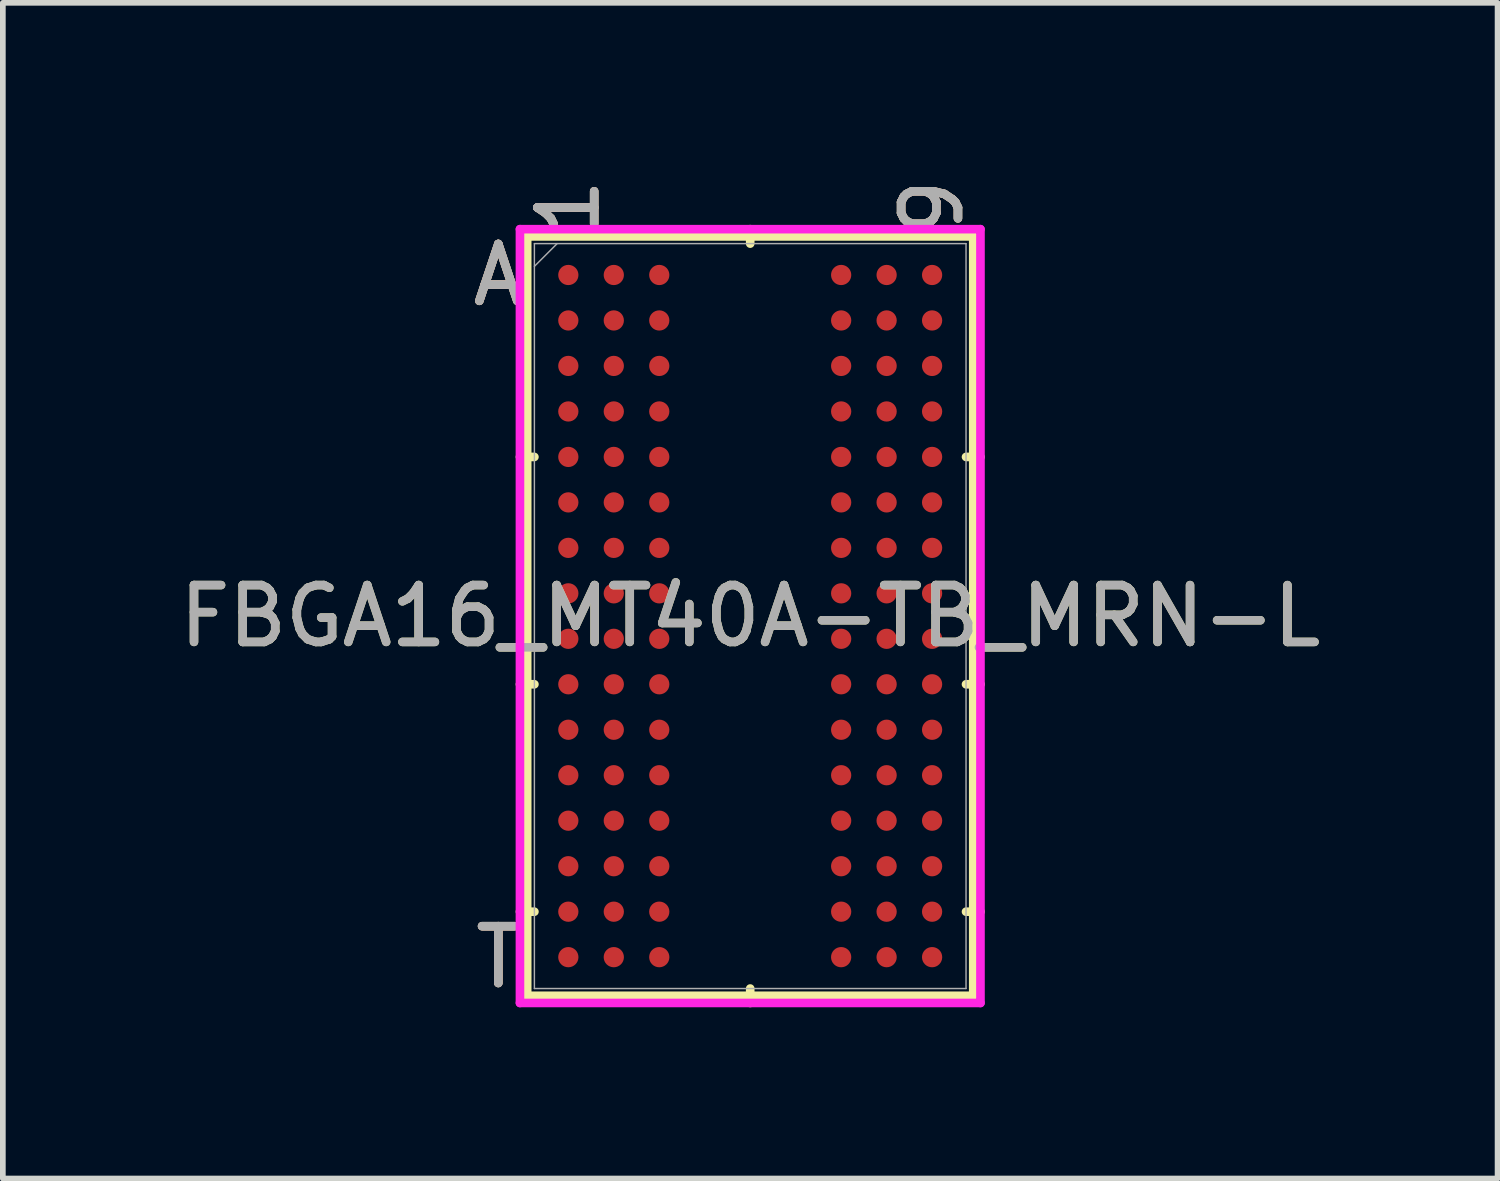
<source format=kicad_pcb>
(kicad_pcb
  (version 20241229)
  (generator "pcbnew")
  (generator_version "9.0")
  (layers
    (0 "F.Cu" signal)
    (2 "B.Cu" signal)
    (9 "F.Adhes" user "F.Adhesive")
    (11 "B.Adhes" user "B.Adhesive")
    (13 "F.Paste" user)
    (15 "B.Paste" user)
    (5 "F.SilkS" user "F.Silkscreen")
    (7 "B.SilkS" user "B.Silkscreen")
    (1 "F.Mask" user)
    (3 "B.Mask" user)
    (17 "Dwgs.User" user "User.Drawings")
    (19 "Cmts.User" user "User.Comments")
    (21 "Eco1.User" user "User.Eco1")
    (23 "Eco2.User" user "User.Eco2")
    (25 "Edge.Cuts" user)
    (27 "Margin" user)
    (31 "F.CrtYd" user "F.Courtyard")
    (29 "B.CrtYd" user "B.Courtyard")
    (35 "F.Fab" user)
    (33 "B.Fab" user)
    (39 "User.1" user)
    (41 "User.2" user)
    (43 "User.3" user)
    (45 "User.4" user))
  (footprint "FBGA16_MT40A-TB_MRN-L"
    (layer "F.Cu")
    (at 10.149 7.789)
    (property "Reference" "FBGA16_MT40A-TB_MRN-L" (at 0 0 0) (unlocked yes) (layer "F.SilkS") (effects (font (size 1 1) (thickness 0.15))))
    (attr smd)
    (fp_line (start -3.924 -6.68) (end -3.924 6.68) (stroke (width 0.152) (type solid)) (layer "F.SilkS"))
    (fp_line (start -3.924 6.68) (end 3.924 6.68) (stroke (width 0.152) (type solid)) (layer "F.SilkS"))
    (fp_line (start -3.797 -2.8) (end -4.051 -2.8) (stroke (width 0.152) (type solid)) (layer "F.SilkS"))
    (fp_line (start -3.797 1.2) (end -4.051 1.2) (stroke (width 0.152) (type solid)) (layer "F.SilkS"))
    (fp_line (start -3.797 5.201) (end -4.051 5.201) (stroke (width 0.152) (type solid)) (layer "F.SilkS"))
    (fp_line (start 0 -6.553) (end 0 -6.807) (stroke (width 0.152) (type solid)) (layer "F.SilkS"))
    (fp_line (start 0 6.553) (end 0 6.807) (stroke (width 0.152) (type solid)) (layer "F.SilkS"))
    (fp_line (start 3.797 -2.8) (end 4.051 -2.8) (stroke (width 0.152) (type solid)) (layer "F.SilkS"))
    (fp_line (start 3.797 1.2) (end 4.051 1.2) (stroke (width 0.152) (type solid)) (layer "F.SilkS"))
    (fp_line (start 3.797 5.201) (end 4.051 5.201) (stroke (width 0.152) (type solid)) (layer "F.SilkS"))
    (fp_line (start 3.924 -6.68) (end -3.924 -6.68) (stroke (width 0.152) (type solid)) (layer "F.SilkS"))
    (fp_line (start 3.924 6.68) (end 3.924 -6.68) (stroke (width 0.152) (type solid)) (layer "F.SilkS"))
    (fp_poly (pts (xy -4.045 -6.845) (xy 4.045 -6.845) (xy 4.045 6.845) (xy -4.045 6.845)) (stroke (width 0.1) (type solid)) (fill no) (layer "Eco2.User"))
    (fp_line (start -4.051 -6.807) (end 4.051 -6.807) (stroke (width 0.152) (type solid)) (layer "F.CrtYd"))
    (fp_line (start -4.051 6.807) (end -4.051 -6.807) (stroke (width 0.152) (type solid)) (layer "F.CrtYd"))
    (fp_line (start 4.051 -6.807) (end 4.051 6.807) (stroke (width 0.152) (type solid)) (layer "F.CrtYd"))
    (fp_line (start 4.051 6.807) (end -4.051 6.807) (stroke (width 0.152) (type solid)) (layer "F.CrtYd"))
    (fp_line (start -3.797 -6.553) (end -3.797 6.553) (stroke (width 0.025) (type solid)) (layer "F.Fab"))
    (fp_line (start -3.797 6.553) (end 3.797 6.553) (stroke (width 0.025) (type solid)) (layer "F.Fab"))
    (fp_line (start -3.397 -6.553) (end -3.797 -6.153) (stroke (width 0.025) (type solid)) (layer "F.Fab"))
    (fp_line (start 3.797 -6.553) (end -3.797 -6.553) (stroke (width 0.025) (type solid)) (layer "F.Fab"))
    (fp_line (start 3.797 6.553) (end 3.797 -6.553) (stroke (width 0.025) (type solid)) (layer "F.Fab"))
    (fp_text user "T" (at -4.432 6.001 0) (unlocked yes) (layer "F.SilkS") (effects (font (size 1 1) (thickness 0.15))))
    (fp_text user "A" (at -4.432 -6.001 0) (unlocked yes) (layer "F.SilkS") (effects (font (size 1 1) (thickness 0.15))))
    (fp_text user "9" (at 3.2 -7.188 90) (unlocked yes) (layer "F.SilkS") (effects (font (size 1 1) (thickness 0.15))))
    (fp_text user "1" (at -3.2 -7.188 90) (unlocked yes) (layer "F.SilkS") (effects (font (size 1 1) (thickness 0.15))))
    (fp_text user "1" (at -3.2 -7.188 90) (unlocked yes) (layer "B.SilkS") (effects (font (size 1 1) (thickness 0.15))))
    (fp_text user "T" (at -4.432 6.001 0) (unlocked yes) (layer "B.SilkS") (effects (font (size 1 1) (thickness 0.15))))
    (fp_text user "A" (at -4.432 -6.001 0) (unlocked yes) (layer "B.SilkS") (effects (font (size 1 1) (thickness 0.15))))
    (fp_text user "9" (at 3.2 -7.188 90) (unlocked yes) (layer "B.SilkS") (effects (font (size 1 1) (thickness 0.15))))
    (fp_text user "9" (at 3.2 -7.188 90) (unlocked yes) (layer "F.Fab") (effects (font (size 1 1) (thickness 0.15))))
    (fp_text user "1" (at -3.2 -7.188 90) (unlocked yes) (layer "F.Fab") (effects (font (size 1 1) (thickness 0.15))))
    (fp_text user "${REFERENCE}" (at 0 0 0) (unlocked yes) (layer "F.Fab") (effects (font (size 1 1) (thickness 0.15))))
    (fp_text user "T" (at -4.432 6.001 0) (unlocked yes) (layer "F.Fab") (effects (font (size 1 1) (thickness 0.15))))
    (fp_text user "A" (at -4.432 -6.001 0) (unlocked yes) (layer "F.Fab") (effects (font (size 1 1) (thickness 0.15))))
    (pad "A1" smd circle (at -3.2 -6.001) (size 0.356 0.356) (layers "F.Cu" "F.Mask" "F.Paste"))
    (pad "A2" smd circle (at -2.4 -6.001) (size 0.356 0.356) (layers "F.Cu" "F.Mask" "F.Paste"))
    (pad "A3" smd circle (at -1.6 -6.001) (size 0.356 0.356) (layers "F.Cu" "F.Mask" "F.Paste"))
    (pad "A7" smd circle (at 1.6 -6.001) (size 0.356 0.356) (layers "F.Cu" "F.Mask" "F.Paste"))
    (pad "A8" smd circle (at 2.4 -6.001) (size 0.356 0.356) (layers "F.Cu" "F.Mask" "F.Paste"))
    (pad "A9" smd circle (at 3.2 -6.001) (size 0.356 0.356) (layers "F.Cu" "F.Mask" "F.Paste"))
    (pad "B1" smd circle (at -3.2 -5.201) (size 0.356 0.356) (layers "F.Cu" "F.Mask" "F.Paste"))
    (pad "B2" smd circle (at -2.4 -5.201) (size 0.356 0.356) (layers "F.Cu" "F.Mask" "F.Paste"))
    (pad "B3" smd circle (at -1.6 -5.201) (size 0.356 0.356) (layers "F.Cu" "F.Mask" "F.Paste"))
    (pad "B7" smd circle (at 1.6 -5.201) (size 0.356 0.356) (layers "F.Cu" "F.Mask" "F.Paste"))
    (pad "B8" smd circle (at 2.4 -5.201) (size 0.356 0.356) (layers "F.Cu" "F.Mask" "F.Paste"))
    (pad "B9" smd circle (at 3.2 -5.201) (size 0.356 0.356) (layers "F.Cu" "F.Mask" "F.Paste"))
    (pad "C1" smd circle (at -3.2 -4.401) (size 0.356 0.356) (layers "F.Cu" "F.Mask" "F.Paste"))
    (pad "C2" smd circle (at -2.4 -4.401) (size 0.356 0.356) (layers "F.Cu" "F.Mask" "F.Paste"))
    (pad "C3" smd circle (at -1.6 -4.401) (size 0.356 0.356) (layers "F.Cu" "F.Mask" "F.Paste"))
    (pad "C7" smd circle (at 1.6 -4.401) (size 0.356 0.356) (layers "F.Cu" "F.Mask" "F.Paste"))
    (pad "C8" smd circle (at 2.4 -4.401) (size 0.356 0.356) (layers "F.Cu" "F.Mask" "F.Paste"))
    (pad "C9" smd circle (at 3.2 -4.401) (size 0.356 0.356) (layers "F.Cu" "F.Mask" "F.Paste"))
    (pad "D1" smd circle (at -3.2 -3.6) (size 0.356 0.356) (layers "F.Cu" "F.Mask" "F.Paste"))
    (pad "D2" smd circle (at -2.4 -3.6) (size 0.356 0.356) (layers "F.Cu" "F.Mask" "F.Paste"))
    (pad "D3" smd circle (at -1.6 -3.6) (size 0.356 0.356) (layers "F.Cu" "F.Mask" "F.Paste"))
    (pad "D7" smd circle (at 1.6 -3.6) (size 0.356 0.356) (layers "F.Cu" "F.Mask" "F.Paste"))
    (pad "D8" smd circle (at 2.4 -3.6) (size 0.356 0.356) (layers "F.Cu" "F.Mask" "F.Paste"))
    (pad "D9" smd circle (at 3.2 -3.6) (size 0.356 0.356) (layers "F.Cu" "F.Mask" "F.Paste"))
    (pad "E1" smd circle (at -3.2 -2.8) (size 0.356 0.356) (layers "F.Cu" "F.Mask" "F.Paste"))
    (pad "E2" smd circle (at -2.4 -2.8) (size 0.356 0.356) (layers "F.Cu" "F.Mask" "F.Paste"))
    (pad "E3" smd circle (at -1.6 -2.8) (size 0.356 0.356) (layers "F.Cu" "F.Mask" "F.Paste"))
    (pad "E7" smd circle (at 1.6 -2.8) (size 0.356 0.356) (layers "F.Cu" "F.Mask" "F.Paste"))
    (pad "E8" smd circle (at 2.4 -2.8) (size 0.356 0.356) (layers "F.Cu" "F.Mask" "F.Paste"))
    (pad "E9" smd circle (at 3.2 -2.8) (size 0.356 0.356) (layers "F.Cu" "F.Mask" "F.Paste"))
    (pad "F1" smd circle (at -3.2 -2) (size 0.356 0.356) (layers "F.Cu" "F.Mask" "F.Paste"))
    (pad "F2" smd circle (at -2.4 -2) (size 0.356 0.356) (layers "F.Cu" "F.Mask" "F.Paste"))
    (pad "F3" smd circle (at -1.6 -2) (size 0.356 0.356) (layers "F.Cu" "F.Mask" "F.Paste"))
    (pad "F7" smd circle (at 1.6 -2) (size 0.356 0.356) (layers "F.Cu" "F.Mask" "F.Paste"))
    (pad "F8" smd circle (at 2.4 -2) (size 0.356 0.356) (layers "F.Cu" "F.Mask" "F.Paste"))
    (pad "F9" smd circle (at 3.2 -2) (size 0.356 0.356) (layers "F.Cu" "F.Mask" "F.Paste"))
    (pad "G1" smd circle (at -3.2 -1.2) (size 0.356 0.356) (layers "F.Cu" "F.Mask" "F.Paste"))
    (pad "G2" smd circle (at -2.4 -1.2) (size 0.356 0.356) (layers "F.Cu" "F.Mask" "F.Paste"))
    (pad "G3" smd circle (at -1.6 -1.2) (size 0.356 0.356) (layers "F.Cu" "F.Mask" "F.Paste"))
    (pad "G7" smd circle (at 1.6 -1.2) (size 0.356 0.356) (layers "F.Cu" "F.Mask" "F.Paste"))
    (pad "G8" smd circle (at 2.4 -1.2) (size 0.356 0.356) (layers "F.Cu" "F.Mask" "F.Paste"))
    (pad "G9" smd circle (at 3.2 -1.2) (size 0.356 0.356) (layers "F.Cu" "F.Mask" "F.Paste"))
    (pad "H1" smd circle (at -3.2 -0.4) (size 0.356 0.356) (layers "F.Cu" "F.Mask" "F.Paste"))
    (pad "H2" smd circle (at -2.4 -0.4) (size 0.356 0.356) (layers "F.Cu" "F.Mask" "F.Paste"))
    (pad "H3" smd circle (at -1.6 -0.4) (size 0.356 0.356) (layers "F.Cu" "F.Mask" "F.Paste"))
    (pad "H7" smd circle (at 1.6 -0.4) (size 0.356 0.356) (layers "F.Cu" "F.Mask" "F.Paste"))
    (pad "H8" smd circle (at 2.4 -0.4) (size 0.356 0.356) (layers "F.Cu" "F.Mask" "F.Paste"))
    (pad "H9" smd circle (at 3.2 -0.4) (size 0.356 0.356) (layers "F.Cu" "F.Mask" "F.Paste"))
    (pad "J1" smd circle (at -3.2 0.4) (size 0.356 0.356) (layers "F.Cu" "F.Mask" "F.Paste"))
    (pad "J2" smd circle (at -2.4 0.4) (size 0.356 0.356) (layers "F.Cu" "F.Mask" "F.Paste"))
    (pad "J3" smd circle (at -1.6 0.4) (size 0.356 0.356) (layers "F.Cu" "F.Mask" "F.Paste"))
    (pad "J7" smd circle (at 1.6 0.4) (size 0.356 0.356) (layers "F.Cu" "F.Mask" "F.Paste"))
    (pad "J8" smd circle (at 2.4 0.4) (size 0.356 0.356) (layers "F.Cu" "F.Mask" "F.Paste"))
    (pad "J9" smd circle (at 3.2 0.4) (size 0.356 0.356) (layers "F.Cu" "F.Mask" "F.Paste"))
    (pad "K1" smd circle (at -3.2 1.2) (size 0.356 0.356) (layers "F.Cu" "F.Mask" "F.Paste"))
    (pad "K2" smd circle (at -2.4 1.2) (size 0.356 0.356) (layers "F.Cu" "F.Mask" "F.Paste"))
    (pad "K3" smd circle (at -1.6 1.2) (size 0.356 0.356) (layers "F.Cu" "F.Mask" "F.Paste"))
    (pad "K7" smd circle (at 1.6 1.2) (size 0.356 0.356) (layers "F.Cu" "F.Mask" "F.Paste"))
    (pad "K8" smd circle (at 2.4 1.2) (size 0.356 0.356) (layers "F.Cu" "F.Mask" "F.Paste"))
    (pad "K9" smd circle (at 3.2 1.2) (size 0.356 0.356) (layers "F.Cu" "F.Mask" "F.Paste"))
    (pad "L1" smd circle (at -3.2 2) (size 0.356 0.356) (layers "F.Cu" "F.Mask" "F.Paste"))
    (pad "L2" smd circle (at -2.4 2) (size 0.356 0.356) (layers "F.Cu" "F.Mask" "F.Paste"))
    (pad "L3" smd circle (at -1.6 2) (size 0.356 0.356) (layers "F.Cu" "F.Mask" "F.Paste"))
    (pad "L7" smd circle (at 1.6 2) (size 0.356 0.356) (layers "F.Cu" "F.Mask" "F.Paste"))
    (pad "L8" smd circle (at 2.4 2) (size 0.356 0.356) (layers "F.Cu" "F.Mask" "F.Paste"))
    (pad "L9" smd circle (at 3.2 2) (size 0.356 0.356) (layers "F.Cu" "F.Mask" "F.Paste"))
    (pad "M1" smd circle (at -3.2 2.8) (size 0.356 0.356) (layers "F.Cu" "F.Mask" "F.Paste"))
    (pad "M2" smd circle (at -2.4 2.8) (size 0.356 0.356) (layers "F.Cu" "F.Mask" "F.Paste"))
    (pad "M3" smd circle (at -1.6 2.8) (size 0.356 0.356) (layers "F.Cu" "F.Mask" "F.Paste"))
    (pad "M7" smd circle (at 1.6 2.8) (size 0.356 0.356) (layers "F.Cu" "F.Mask" "F.Paste"))
    (pad "M8" smd circle (at 2.4 2.8) (size 0.356 0.356) (layers "F.Cu" "F.Mask" "F.Paste"))
    (pad "M9" smd circle (at 3.2 2.8) (size 0.356 0.356) (layers "F.Cu" "F.Mask" "F.Paste"))
    (pad "N1" smd circle (at -3.2 3.6) (size 0.356 0.356) (layers "F.Cu" "F.Mask" "F.Paste"))
    (pad "N2" smd circle (at -2.4 3.6) (size 0.356 0.356) (layers "F.Cu" "F.Mask" "F.Paste"))
    (pad "N3" smd circle (at -1.6 3.6) (size 0.356 0.356) (layers "F.Cu" "F.Mask" "F.Paste"))
    (pad "N7" smd circle (at 1.6 3.6) (size 0.356 0.356) (layers "F.Cu" "F.Mask" "F.Paste"))
    (pad "N8" smd circle (at 2.4 3.6) (size 0.356 0.356) (layers "F.Cu" "F.Mask" "F.Paste"))
    (pad "N9" smd circle (at 3.2 3.6) (size 0.356 0.356) (layers "F.Cu" "F.Mask" "F.Paste"))
    (pad "P1" smd circle (at -3.2 4.401) (size 0.356 0.356) (layers "F.Cu" "F.Mask" "F.Paste"))
    (pad "P2" smd circle (at -2.4 4.401) (size 0.356 0.356) (layers "F.Cu" "F.Mask" "F.Paste"))
    (pad "P3" smd circle (at -1.6 4.401) (size 0.356 0.356) (layers "F.Cu" "F.Mask" "F.Paste"))
    (pad "P7" smd circle (at 1.6 4.401) (size 0.356 0.356) (layers "F.Cu" "F.Mask" "F.Paste"))
    (pad "P8" smd circle (at 2.4 4.401) (size 0.356 0.356) (layers "F.Cu" "F.Mask" "F.Paste"))
    (pad "P9" smd circle (at 3.2 4.401) (size 0.356 0.356) (layers "F.Cu" "F.Mask" "F.Paste"))
    (pad "R1" smd circle (at -3.2 5.201) (size 0.356 0.356) (layers "F.Cu" "F.Mask" "F.Paste"))
    (pad "R2" smd circle (at -2.4 5.201) (size 0.356 0.356) (layers "F.Cu" "F.Mask" "F.Paste"))
    (pad "R3" smd circle (at -1.6 5.201) (size 0.356 0.356) (layers "F.Cu" "F.Mask" "F.Paste"))
    (pad "R7" smd circle (at 1.6 5.201) (size 0.356 0.356) (layers "F.Cu" "F.Mask" "F.Paste"))
    (pad "R8" smd circle (at 2.4 5.201) (size 0.356 0.356) (layers "F.Cu" "F.Mask" "F.Paste"))
    (pad "R9" smd circle (at 3.2 5.201) (size 0.356 0.356) (layers "F.Cu" "F.Mask" "F.Paste"))
    (pad "T1" smd circle (at -3.2 6.001) (size 0.356 0.356) (layers "F.Cu" "F.Mask" "F.Paste"))
    (pad "T2" smd circle (at -2.4 6.001) (size 0.356 0.356) (layers "F.Cu" "F.Mask" "F.Paste"))
    (pad "T3" smd circle (at -1.6 6.001) (size 0.356 0.356) (layers "F.Cu" "F.Mask" "F.Paste"))
    (pad "T7" smd circle (at 1.6 6.001) (size 0.356 0.356) (layers "F.Cu" "F.Mask" "F.Paste"))
    (pad "T8" smd circle (at 2.4 6.001) (size 0.356 0.356) (layers "F.Cu" "F.Mask" "F.Paste"))
    (pad "T9" smd circle (at 3.2 6.001) (size 0.356 0.356) (layers "F.Cu" "F.Mask" "F.Paste")))
  (gr_rect
    (start -3 -3)
    (end 23.298 17.685)
    (stroke (width 0.1) (type default))
    (fill no)
    (layer "Edge.Cuts")))
</source>
